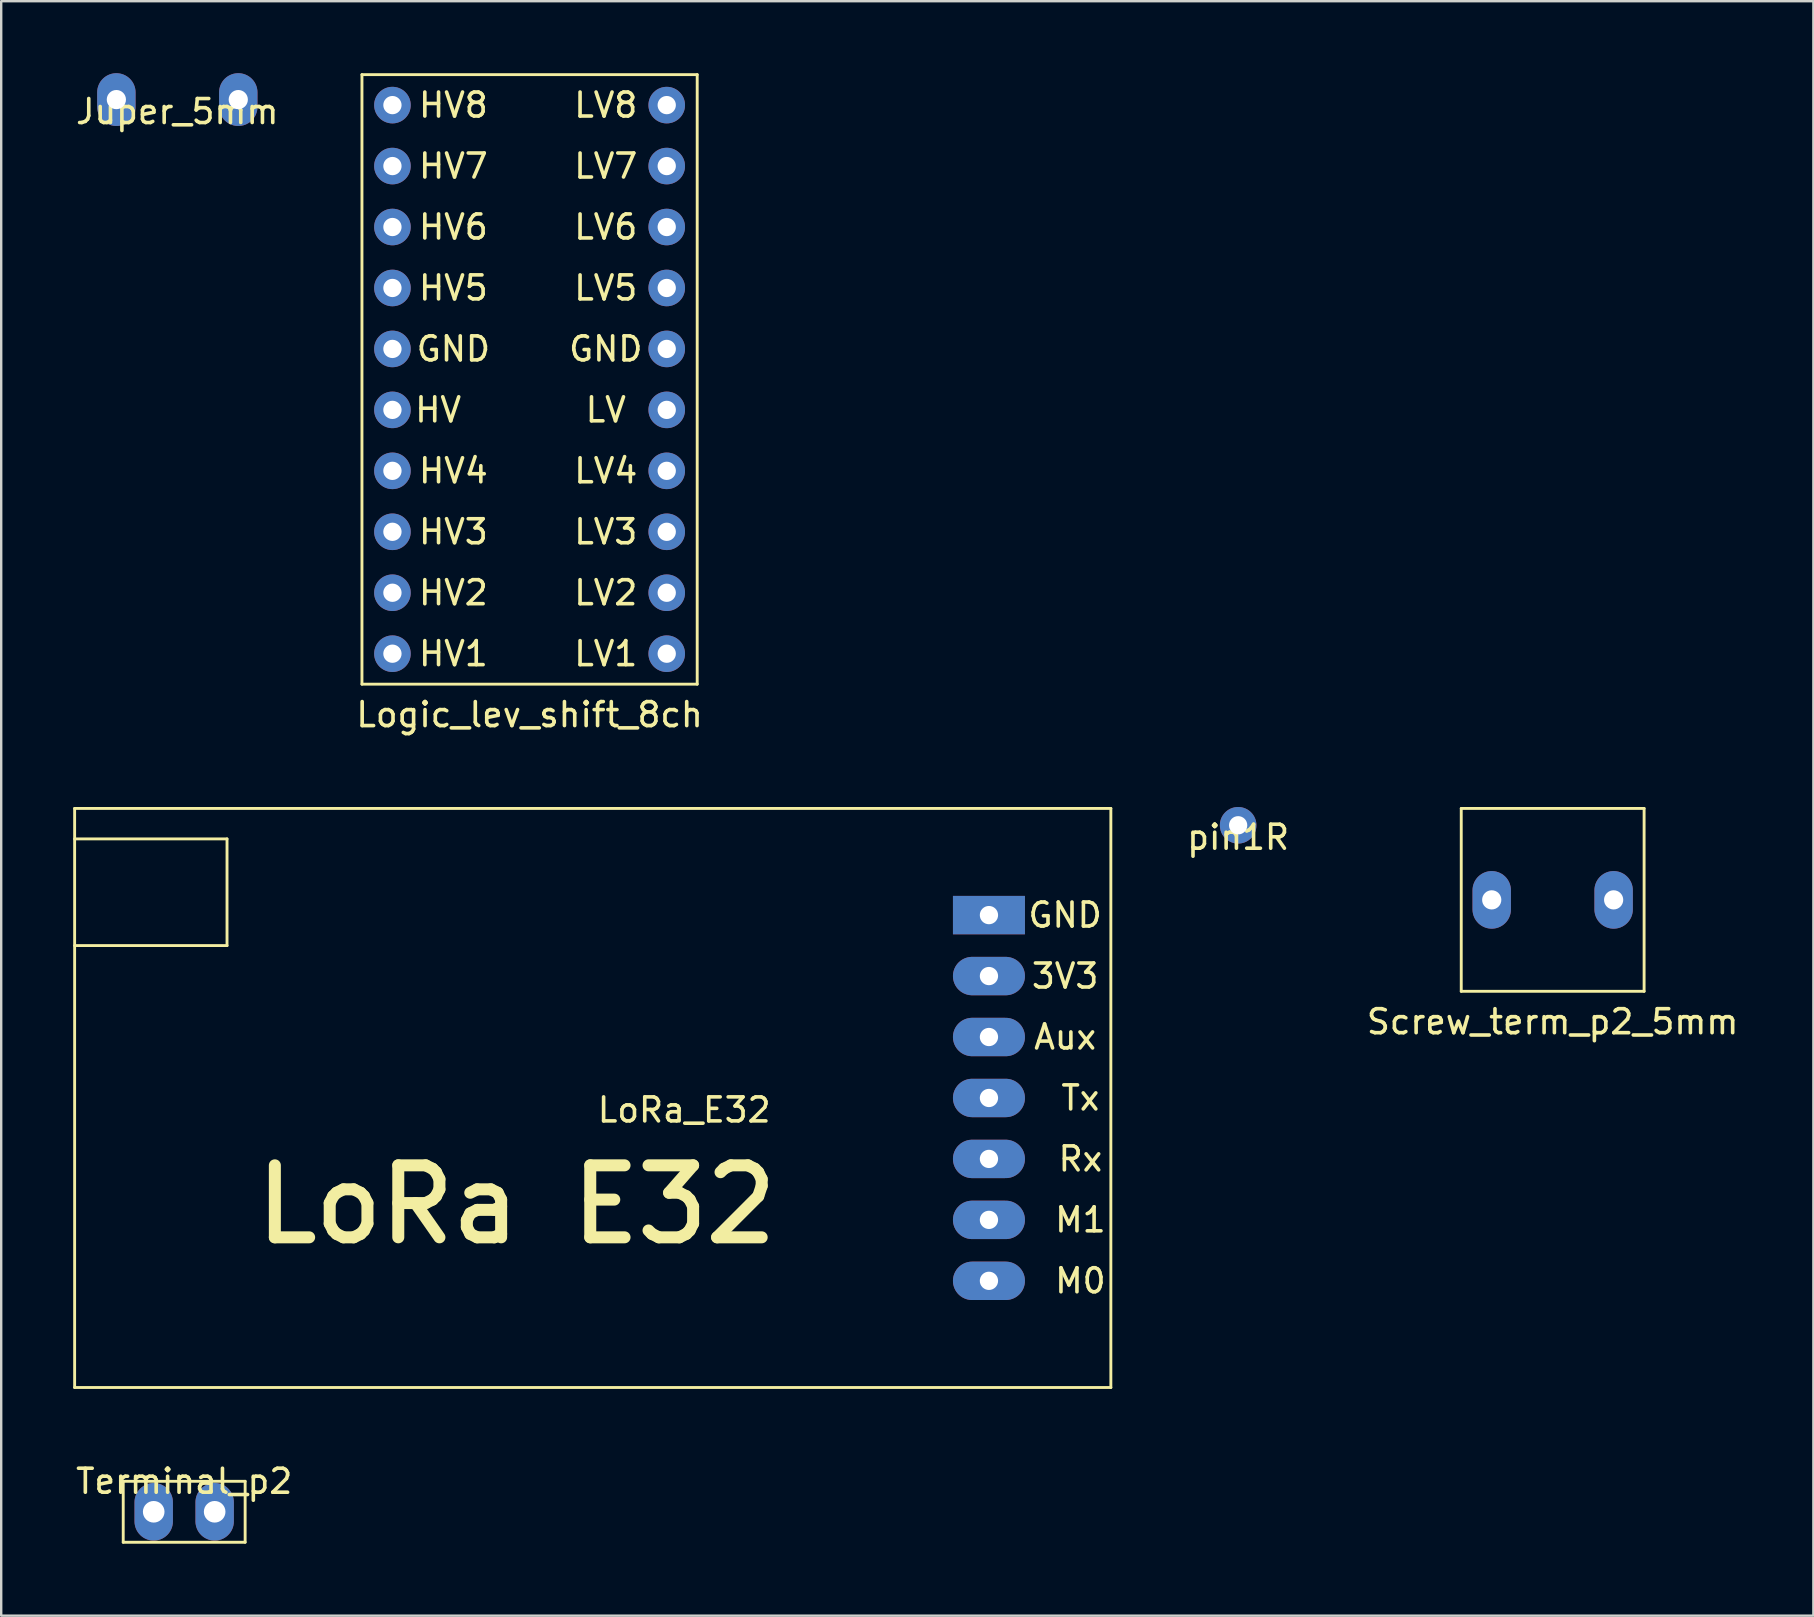
<source format=kicad_pcb>
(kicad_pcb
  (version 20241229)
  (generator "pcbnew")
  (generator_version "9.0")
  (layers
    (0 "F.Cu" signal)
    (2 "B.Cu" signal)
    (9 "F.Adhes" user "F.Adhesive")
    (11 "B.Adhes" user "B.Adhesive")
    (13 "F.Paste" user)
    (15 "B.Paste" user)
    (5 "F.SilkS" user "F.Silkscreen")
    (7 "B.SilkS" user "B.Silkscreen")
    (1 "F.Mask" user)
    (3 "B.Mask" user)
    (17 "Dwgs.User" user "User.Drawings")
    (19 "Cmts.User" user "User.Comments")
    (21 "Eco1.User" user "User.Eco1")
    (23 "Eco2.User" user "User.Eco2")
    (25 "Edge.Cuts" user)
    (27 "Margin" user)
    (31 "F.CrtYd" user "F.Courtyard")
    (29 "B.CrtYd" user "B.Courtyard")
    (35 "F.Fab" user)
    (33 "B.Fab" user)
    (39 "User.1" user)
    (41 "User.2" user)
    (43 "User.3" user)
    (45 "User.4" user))
  (footprint "Terminal_p2"
    (layer "F.Cu")
    (at 4.625 59.947)
    (property "Reference" "Terminal_p2" (at 0 -1.27 0) (layer "F.SilkS") (effects (font (size 1 1) (thickness 0.15))))
    (attr through_hole)
    (fp_line (start -2.54 -1.27) (end -2.54 1.27) (stroke (width 0.12) (type solid)) (layer "F.SilkS"))
    (fp_line (start -2.54 1.27) (end 2.54 1.27) (stroke (width 0.12) (type solid)) (layer "F.SilkS"))
    (fp_line (start 2.54 -1.27) (end -2.54 -1.27) (stroke (width 0.12) (type solid)) (layer "F.SilkS"))
    (fp_line (start 2.54 1.27) (end 2.54 -1.27) (stroke (width 0.12) (type solid)) (layer "F.SilkS"))
    (pad "1" thru_hole oval (at -1.27 0) (size 1.6 2.4) (drill 0.9) (layers "*.Cu" "*.Mask"))
    (pad "2" thru_hole oval (at 1.27 0) (size 1.6 2.4) (drill 0.9) (layers "*.Cu" "*.Mask")))
  (footprint "Juper_5mm"
    (layer "F.Cu")
    (at 4.339 1.1)
    (property "Reference" "Juper_5mm" (at 0 0.5 0) (layer "F.SilkS") (effects (font (size 1 1) (thickness 0.15))))
    (attr through_hole)
    (pad "1" thru_hole oval (at -2.54 0) (size 1.6 2.2) (drill 0.8) (layers "*.Cu" "*.Mask"))
    (pad "2" thru_hole oval (at 2.54 0) (size 1.6 2.2) (drill 0.8) (layers "*.Cu" "*.Mask")))
  (footprint "Logic_lev_shift_8ch"
    (layer "F.Cu")
    (at 19.018 12.76)
    (property "Reference" "Logic_lev_shift_8ch" (at 0 13.97 0) (layer "F.SilkS") (effects (font (size 1 1) (thickness 0.15))))
    (attr through_hole)
    (fp_line (start -6.985 -12.7) (end 6.985 -12.7) (stroke (width 0.12) (type solid)) (layer "F.SilkS"))
    (fp_line (start -6.985 12.7) (end -6.985 -12.7) (stroke (width 0.12) (type solid)) (layer "F.SilkS"))
    (fp_line (start 6.985 -12.7) (end 6.985 12.7) (stroke (width 0.12) (type solid)) (layer "F.SilkS"))
    (fp_line (start 6.985 12.7) (end -6.985 12.7) (stroke (width 0.12) (type solid)) (layer "F.SilkS"))
    (fp_text user "LV" (at 3.175 1.27 0) (layer "F.SilkS") (effects (font (size 1 1) (thickness 0.15))))
    (fp_text user "HV6" (at -3.175 -6.35 0) (layer "F.SilkS") (effects (font (size 1 1) (thickness 0.15))))
    (fp_text user "LV4" (at 3.175 3.81 0) (layer "F.SilkS") (effects (font (size 1 1) (thickness 0.15))))
    (fp_text user "HV7" (at -3.175 -8.89 0) (layer "F.SilkS") (effects (font (size 1 1) (thickness 0.15))))
    (fp_text user "HV1" (at -3.175 11.43 0) (layer "F.SilkS") (effects (font (size 1 1) (thickness 0.15))))
    (fp_text user "HV8" (at -3.175 -11.43 0) (layer "F.SilkS") (effects (font (size 1 1) (thickness 0.15))))
    (fp_text user "LV1" (at 3.175 11.43 0) (layer "F.SilkS") (effects (font (size 1 1) (thickness 0.15))))
    (fp_text user "HV2" (at -3.175 8.89 0) (layer "F.SilkS") (effects (font (size 1 1) (thickness 0.15))))
    (fp_text user "LV7" (at 3.175 -8.89 0) (layer "F.SilkS") (effects (font (size 1 1) (thickness 0.15))))
    (fp_text user "LV8" (at 3.175 -11.43 0) (layer "F.SilkS") (effects (font (size 1 1) (thickness 0.15))))
    (fp_text user "GND" (at 3.175 -1.27 0) (layer "F.SilkS") (effects (font (size 1 1) (thickness 0.15))))
    (fp_text user "HV" (at -3.81 1.27 0) (layer "F.SilkS") (effects (font (size 1 1) (thickness 0.15))))
    (fp_text user "LV3" (at 3.175 6.35 0) (layer "F.SilkS") (effects (font (size 1 1) (thickness 0.15))))
    (fp_text user "GND" (at -3.175 -1.27 0) (layer "F.SilkS") (effects (font (size 1 1) (thickness 0.15))))
    (fp_text user "LV6" (at 3.175 -6.35 0) (layer "F.SilkS") (effects (font (size 1 1) (thickness 0.15))))
    (fp_text user "HV3" (at -3.175 6.35 0) (layer "F.SilkS") (effects (font (size 1 1) (thickness 0.15))))
    (fp_text user "LV2" (at 3.175 8.89 0) (layer "F.SilkS") (effects (font (size 1 1) (thickness 0.15))))
    (fp_text user "HV4" (at -3.175 3.81 0) (layer "F.SilkS") (effects (font (size 1 1) (thickness 0.15))))
    (fp_text user "LV5" (at 3.175 -3.81 0) (layer "F.SilkS") (effects (font (size 1 1) (thickness 0.15))))
    (fp_text user "HV5" (at -3.175 -3.81 0) (layer "F.SilkS") (effects (font (size 1 1) (thickness 0.15))))
    (pad "1" thru_hole circle (at -5.715 -11.43) (size 1.524 1.524) (drill 0.762) (layers "*.Cu" "*.Mask"))
    (pad "2" thru_hole circle (at -5.715 -8.89) (size 1.524 1.524) (drill 0.762) (layers "*.Cu" "*.Mask"))
    (pad "3" thru_hole circle (at -5.715 -6.35) (size 1.524 1.524) (drill 0.762) (layers "*.Cu" "*.Mask"))
    (pad "4" thru_hole circle (at -5.715 -3.81) (size 1.524 1.524) (drill 0.762) (layers "*.Cu" "*.Mask"))
    (pad "5" thru_hole circle (at -5.715 -1.27) (size 1.524 1.524) (drill 0.762) (layers "*.Cu" "*.Mask"))
    (pad "6" thru_hole circle (at -5.715 1.27) (size 1.524 1.524) (drill 0.762) (layers "*.Cu" "*.Mask"))
    (pad "7" thru_hole circle (at -5.715 3.81) (size 1.524 1.524) (drill 0.762) (layers "*.Cu" "*.Mask"))
    (pad "8" thru_hole circle (at -5.715 6.35) (size 1.524 1.524) (drill 0.762) (layers "*.Cu" "*.Mask"))
    (pad "9" thru_hole circle (at -5.715 8.89) (size 1.524 1.524) (drill 0.762) (layers "*.Cu" "*.Mask"))
    (pad "10" thru_hole circle (at -5.715 11.43) (size 1.524 1.524) (drill 0.762) (layers "*.Cu" "*.Mask"))
    (pad "11" thru_hole circle (at 5.715 11.43) (size 1.524 1.524) (drill 0.762) (layers "*.Cu" "*.Mask"))
    (pad "12" thru_hole circle (at 5.715 8.89) (size 1.524 1.524) (drill 0.762) (layers "*.Cu" "*.Mask"))
    (pad "13" thru_hole circle (at 5.715 6.35) (size 1.524 1.524) (drill 0.762) (layers "*.Cu" "*.Mask"))
    (pad "14" thru_hole circle (at 5.715 3.81) (size 1.524 1.524) (drill 0.762) (layers "*.Cu" "*.Mask"))
    (pad "15" thru_hole circle (at 5.715 1.27) (size 1.524 1.524) (drill 0.762) (layers "*.Cu" "*.Mask"))
    (pad "16" thru_hole circle (at 5.715 -1.27) (size 1.524 1.524) (drill 0.762) (layers "*.Cu" "*.Mask"))
    (pad "17" thru_hole circle (at 5.715 -3.81) (size 1.524 1.524) (drill 0.762) (layers "*.Cu" "*.Mask"))
    (pad "18" thru_hole circle (at 5.715 -6.35) (size 1.524 1.524) (drill 0.762) (layers "*.Cu" "*.Mask"))
    (pad "19" thru_hole circle (at 5.715 -8.89) (size 1.524 1.524) (drill 0.762) (layers "*.Cu" "*.Mask"))
    (pad "20" thru_hole circle (at 5.715 -11.43) (size 1.524 1.524) (drill 0.762) (layers "*.Cu" "*.Mask")))
  (footprint "Screw_term_p2_5mm"
    (layer "F.Cu")
    (at 61.651 34.448)
    (property "Reference" "Screw_term_p2_5mm" (at 0 5.08 0) (layer "F.SilkS") (effects (font (size 1 1) (thickness 0.15))))
    (attr through_hole)
    (fp_line (start -3.81 -3.81) (end -3.81 3.81) (stroke (width 0.12) (type solid)) (layer "F.SilkS"))
    (fp_line (start -3.81 3.81) (end 3.81 3.81) (stroke (width 0.12) (type solid)) (layer "F.SilkS"))
    (fp_line (start 3.81 -3.81) (end -3.81 -3.81) (stroke (width 0.12) (type solid)) (layer "F.SilkS"))
    (fp_line (start 3.81 3.81) (end 3.81 -3.81) (stroke (width 0.12) (type solid)) (layer "F.SilkS"))
    (pad "1" thru_hole oval (at -2.54 0) (size 1.6 2.4) (drill 0.8) (layers "*.Cu" "*.Mask"))
    (pad "2" thru_hole oval (at 2.54 0) (size 1.6 2.4) (drill 0.8) (layers "*.Cu" "*.Mask")))
  (footprint "pin1R"
    (layer "F.Cu")
    (at 48.544 31.34)
    (property "Reference" "pin1R" (at 0 0.5 0) (layer "F.SilkS") (effects (font (size 1 1) (thickness 0.15))))
    (attr through_hole)
    (pad "1" thru_hole circle (at 0 0) (size 1.524 1.524) (drill 0.762) (layers "*.Cu" "*.Mask")))
  (footprint "LoRa_E32"
    (layer "F.Cu")
    (at 25.46 42.703)
    (property "Reference" "LoRa_E32" (at 0 0.5 0) (layer "F.SilkS") (effects (font (size 1 1) (thickness 0.15))))
    (attr through_hole)
    (fp_line (start -25.4 -12.065) (end -25.4 12.065) (stroke (width 0.12) (type solid)) (layer "F.SilkS"))
    (fp_line (start -25.4 -10.795) (end -19.05 -10.795) (stroke (width 0.12) (type solid)) (layer "F.SilkS"))
    (fp_line (start -25.4 12.065) (end 17.78 12.065) (stroke (width 0.12) (type solid)) (layer "F.SilkS"))
    (fp_line (start -19.05 -10.795) (end -19.05 -6.35) (stroke (width 0.12) (type solid)) (layer "F.SilkS"))
    (fp_line (start -19.05 -6.35) (end -25.4 -6.35) (stroke (width 0.12) (type solid)) (layer "F.SilkS"))
    (fp_line (start 17.78 -12.065) (end -25.4 -12.065) (stroke (width 0.12) (type solid)) (layer "F.SilkS"))
    (fp_line (start 17.78 12.065) (end 17.78 -12.065) (stroke (width 0.12) (type solid)) (layer "F.SilkS"))
    (fp_text user "LoRa E32" (at -6.985 4.445 0) (layer "F.SilkS") (effects (font (size 3 3) (thickness 0.5))))
    (fp_text user "3V3" (at 15.875 -5.08 0) (layer "F.SilkS") (effects (font (size 1 1) (thickness 0.15))))
    (fp_text user "M1" (at 16.51 5.08 0) (layer "F.SilkS") (effects (font (size 1 1) (thickness 0.15))))
    (fp_text user "Aux" (at 15.875 -2.54 0) (layer "F.SilkS") (effects (font (size 1 1) (thickness 0.15))))
    (fp_text user "Rx" (at 16.51 2.54 0) (layer "F.SilkS") (effects (font (size 1 1) (thickness 0.15))))
    (fp_text user "GND" (at 15.875 -7.62 0) (layer "F.SilkS") (effects (font (size 1 1) (thickness 0.15))))
    (fp_text user "M0" (at 16.51 7.62 0) (layer "F.SilkS") (effects (font (size 1 1) (thickness 0.15))))
    (fp_text user "Tx" (at 16.51 0 0) (layer "F.SilkS") (effects (font (size 1 1) (thickness 0.15))))
    (pad "1" thru_hole rect (at 12.7 -7.62) (size 3 1.6) (drill 0.762) (layers "*.Cu" "*.Mask"))
    (pad "2" thru_hole oval (at 12.7 -5.08) (size 3 1.6) (drill 0.762) (layers "*.Cu" "*.Mask"))
    (pad "3" thru_hole oval (at 12.7 -2.54) (size 3 1.6) (drill 0.762) (layers "*.Cu" "*.Mask"))
    (pad "4" thru_hole oval (at 12.7 0) (size 3 1.6) (drill 0.762) (layers "*.Cu" "*.Mask"))
    (pad "5" thru_hole oval (at 12.7 2.54) (size 3 1.6) (drill 0.762) (layers "*.Cu" "*.Mask"))
    (pad "6" thru_hole oval (at 12.7 5.08) (size 3 1.6) (drill 0.762) (layers "*.Cu" "*.Mask"))
    (pad "7" thru_hole oval (at 12.7 7.62) (size 3 1.6) (drill 0.762) (layers "*.Cu" "*.Mask")))
  (gr_rect
    (start -3 -3)
    (end 72.514 64.276)
    (stroke (width 0.1) (type default))
    (fill no)
    (layer "Edge.Cuts")))
</source>
